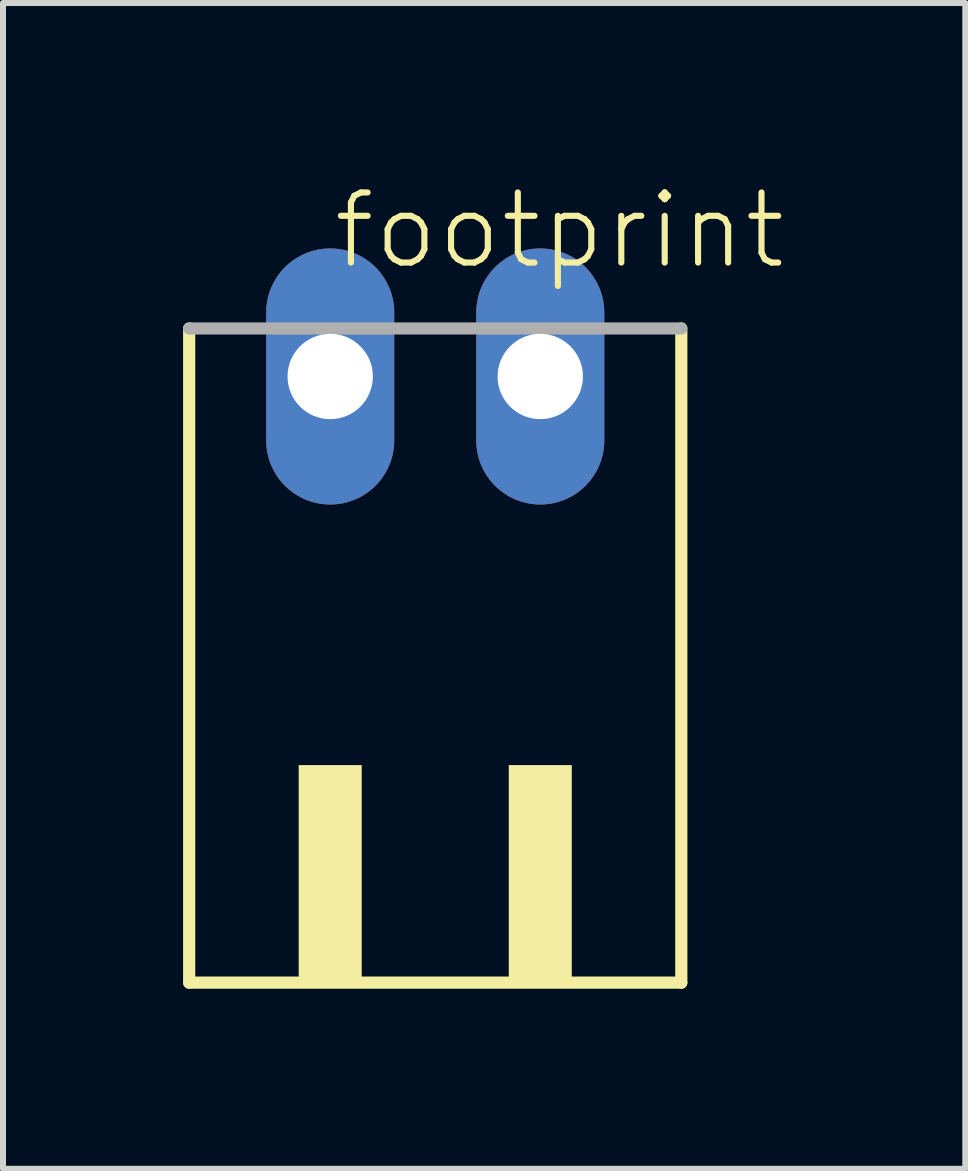
<source format=kicad_pcb>
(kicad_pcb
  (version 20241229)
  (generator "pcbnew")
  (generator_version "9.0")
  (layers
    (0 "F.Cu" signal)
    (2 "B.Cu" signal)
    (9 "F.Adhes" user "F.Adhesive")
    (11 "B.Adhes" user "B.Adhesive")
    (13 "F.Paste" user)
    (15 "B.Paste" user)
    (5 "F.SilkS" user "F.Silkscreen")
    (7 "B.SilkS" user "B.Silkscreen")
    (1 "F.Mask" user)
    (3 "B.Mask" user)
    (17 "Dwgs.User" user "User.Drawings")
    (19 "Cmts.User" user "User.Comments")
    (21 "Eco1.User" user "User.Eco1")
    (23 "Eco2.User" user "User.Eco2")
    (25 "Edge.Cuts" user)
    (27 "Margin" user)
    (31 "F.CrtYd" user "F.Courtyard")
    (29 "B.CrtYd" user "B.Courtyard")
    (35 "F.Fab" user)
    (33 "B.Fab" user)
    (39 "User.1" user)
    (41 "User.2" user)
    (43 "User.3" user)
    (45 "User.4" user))
  (footprint "footprint"
    (layer "F.Cu")
    (at 4.202 8.473)
    (property "Reference" "footprint" (at -1.75 -7 0) (layer "F.SilkS") (effects (font (size 1.168 1.168) (thickness 0.102)) (justify left bottom)))
    (fp_line (start -4.1 -6.05) (end -4.1 4.85) (stroke (width 0.203) (type solid)) (layer "F.SilkS"))
    (fp_line (start -4.1 4.85) (end 4.1 4.85) (stroke (width 0.203) (type solid)) (layer "F.SilkS"))
    (fp_line (start 4.1 4.85) (end 4.1 -6.05) (stroke (width 0.203) (type solid)) (layer "F.SilkS"))
    (fp_poly (pts (xy -2.275 4.9) (xy -1.225 4.9) (xy -1.225 1.225) (xy -2.275 1.225)) (stroke (width 0) (type solid)) (fill yes) (layer "F.SilkS"))
    (fp_poly (pts (xy 1.225 4.9) (xy 2.275 4.9) (xy 2.275 1.225) (xy 1.225 1.225)) (stroke (width 0) (type solid)) (fill yes) (layer "F.SilkS"))
    (fp_line (start 4.1 -6.05) (end -4.1 -6.05) (stroke (width 0.203) (type solid)) (layer "F.Fab"))
    (pad "1" thru_hole oval (at -1.75 -5.25 90) (size 4.267 2.134) (drill 1.422) (layers "*.Cu" "*.Mask"))
    (pad "2" thru_hole oval (at 1.75 -5.25 90) (size 4.267 2.134) (drill 1.422) (layers "*.Cu" "*.Mask")))
  (gr_rect
    (start -3 -3)
    (end 13.034 16.425)
    (stroke (width 0.1) (type default))
    (fill no)
    (layer "Edge.Cuts")))
</source>
